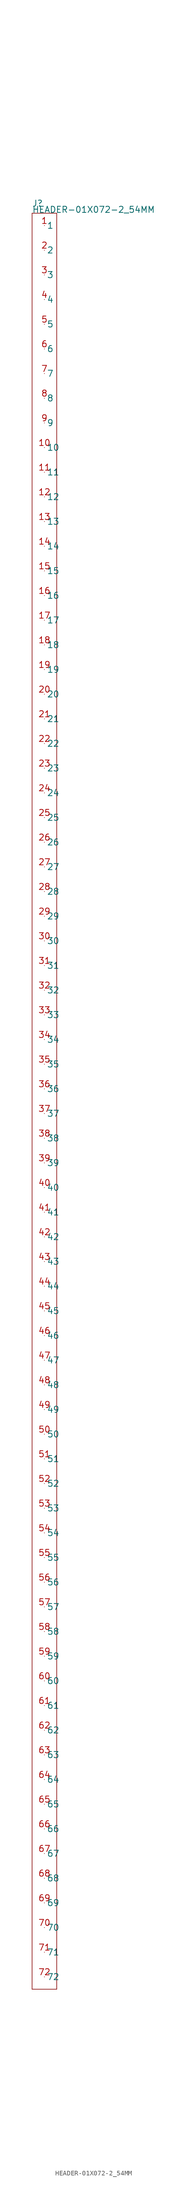
<source format=kicad_sym>
(kicad_symbol_lib
  (version 20211014)
  (generator kicad_symbol_editor)
  (symbol "HEADER-01X072-2_54MM"
    (pin_names)
    (property "Reference" "J"
      (at -2.54 184.15 0)
      (effects (font (size 1.27 1.27)) (justify left bottom)))
    (property "Value" "HEADER-01X072-2_54MM"
      (at -2.54 182.88 0)
      (effects (font (size 1.27 1.27)) (justify left bottom)))
    (property "Datasheet" ""
      (at 0 0 0))
    (property "ki_description" "Header 1x72  - Header Vertical 72POS 2.54MM Technical Specifications: Pitch: 0.1\" (2.54mm) "
      (at 0 0 0))
    (property "ki_fp_filters" "FlashPCB_Connectors:HEADER-THT-01X072-2_54MM FlashPCB_Connectors:HEADER-THT-LONG-01X072-2_54MM FlashPCB_Connectors:HEADER-THT-NOSILK-01X072-2_54MM FlashPCB_Connectors:HEADER-THT-LONG-NOSILK-01X072-2_54MM"
      (at 0 0 0))
    (symbol "HEADER-01X072-2_54MM_1_1"
      (polyline (pts (xy -2.54 182.88) (xy 2.54 182.88)) (stroke (width 0.127)) (fill (type none)))
      (polyline (pts (xy 2.54 182.88) (xy 2.54 -182.88)) (stroke (width 0.127)) (fill (type none)))
      (polyline (pts (xy 2.54 -182.88) (xy -2.54 -182.88)) (stroke (width 0.127)) (fill (type none)))
      (polyline (pts (xy -2.54 -182.88) (xy -2.54 182.88)) (stroke (width 0.127)) (fill (type none)))
      (pin bidirectional line (at 0 180.34 0) (length 0) (name "1" (effects (font (size 1.27 1.27)))) (number "1" (effects (font (size 1.27 1.27)))))
      (pin bidirectional line (at 0 175.26 0) (length 0) (name "2" (effects (font (size 1.27 1.27)))) (number "2" (effects (font (size 1.27 1.27)))))
      (pin bidirectional line (at 0 170.18 0) (length 0) (name "3" (effects (font (size 1.27 1.27)))) (number "3" (effects (font (size 1.27 1.27)))))
      (pin bidirectional line (at 0 165.1 0) (length 0) (name "4" (effects (font (size 1.27 1.27)))) (number "4" (effects (font (size 1.27 1.27)))))
      (pin bidirectional line (at 0 160.02 0) (length 0) (name "5" (effects (font (size 1.27 1.27)))) (number "5" (effects (font (size 1.27 1.27)))))
      (pin bidirectional line (at 0 154.94 0) (length 0) (name "6" (effects (font (size 1.27 1.27)))) (number "6" (effects (font (size 1.27 1.27)))))
      (pin bidirectional line (at 0 149.86 0) (length 0) (name "7" (effects (font (size 1.27 1.27)))) (number "7" (effects (font (size 1.27 1.27)))))
      (pin bidirectional line (at 0 144.78 0) (length 0) (name "8" (effects (font (size 1.27 1.27)))) (number "8" (effects (font (size 1.27 1.27)))))
      (pin bidirectional line (at 0 139.7 0) (length 0) (name "9" (effects (font (size 1.27 1.27)))) (number "9" (effects (font (size 1.27 1.27)))))
      (pin bidirectional line (at 0 134.62 0) (length 0) (name "10" (effects (font (size 1.27 1.27)))) (number "10" (effects (font (size 1.27 1.27)))))
      (pin bidirectional line (at 0 129.54 0) (length 0) (name "11" (effects (font (size 1.27 1.27)))) (number "11" (effects (font (size 1.27 1.27)))))
      (pin bidirectional line (at 0 124.46 0) (length 0) (name "12" (effects (font (size 1.27 1.27)))) (number "12" (effects (font (size 1.27 1.27)))))
      (pin bidirectional line (at 0 119.38 0) (length 0) (name "13" (effects (font (size 1.27 1.27)))) (number "13" (effects (font (size 1.27 1.27)))))
      (pin bidirectional line (at 0 114.3 0) (length 0) (name "14" (effects (font (size 1.27 1.27)))) (number "14" (effects (font (size 1.27 1.27)))))
      (pin bidirectional line (at 0 109.22 0) (length 0) (name "15" (effects (font (size 1.27 1.27)))) (number "15" (effects (font (size 1.27 1.27)))))
      (pin bidirectional line (at 0 104.14 0) (length 0) (name "16" (effects (font (size 1.27 1.27)))) (number "16" (effects (font (size 1.27 1.27)))))
      (pin bidirectional line (at 0 99.06 0) (length 0) (name "17" (effects (font (size 1.27 1.27)))) (number "17" (effects (font (size 1.27 1.27)))))
      (pin bidirectional line (at 0 93.98 0) (length 0) (name "18" (effects (font (size 1.27 1.27)))) (number "18" (effects (font (size 1.27 1.27)))))
      (pin bidirectional line (at 0 88.9 0) (length 0) (name "19" (effects (font (size 1.27 1.27)))) (number "19" (effects (font (size 1.27 1.27)))))
      (pin bidirectional line (at 0 83.82 0) (length 0) (name "20" (effects (font (size 1.27 1.27)))) (number "20" (effects (font (size 1.27 1.27)))))
      (pin bidirectional line (at 0 78.74 0) (length 0) (name "21" (effects (font (size 1.27 1.27)))) (number "21" (effects (font (size 1.27 1.27)))))
      (pin bidirectional line (at 0 73.66 0) (length 0) (name "22" (effects (font (size 1.27 1.27)))) (number "22" (effects (font (size 1.27 1.27)))))
      (pin bidirectional line (at 0 68.58 0) (length 0) (name "23" (effects (font (size 1.27 1.27)))) (number "23" (effects (font (size 1.27 1.27)))))
      (pin bidirectional line (at 0 63.5 0) (length 0) (name "24" (effects (font (size 1.27 1.27)))) (number "24" (effects (font (size 1.27 1.27)))))
      (pin bidirectional line (at 0 58.42 0) (length 0) (name "25" (effects (font (size 1.27 1.27)))) (number "25" (effects (font (size 1.27 1.27)))))
      (pin bidirectional line (at 0 53.34 0) (length 0) (name "26" (effects (font (size 1.27 1.27)))) (number "26" (effects (font (size 1.27 1.27)))))
      (pin bidirectional line (at 0 48.26 0) (length 0) (name "27" (effects (font (size 1.27 1.27)))) (number "27" (effects (font (size 1.27 1.27)))))
      (pin bidirectional line (at 0 43.18 0) (length 0) (name "28" (effects (font (size 1.27 1.27)))) (number "28" (effects (font (size 1.27 1.27)))))
      (pin bidirectional line (at 0 38.1 0) (length 0) (name "29" (effects (font (size 1.27 1.27)))) (number "29" (effects (font (size 1.27 1.27)))))
      (pin bidirectional line (at 0 33.02 0) (length 0) (name "30" (effects (font (size 1.27 1.27)))) (number "30" (effects (font (size 1.27 1.27)))))
      (pin bidirectional line (at 0 27.94 0) (length 0) (name "31" (effects (font (size 1.27 1.27)))) (number "31" (effects (font (size 1.27 1.27)))))
      (pin bidirectional line (at 0 22.86 0) (length 0) (name "32" (effects (font (size 1.27 1.27)))) (number "32" (effects (font (size 1.27 1.27)))))
      (pin bidirectional line (at 0 17.78 0) (length 0) (name "33" (effects (font (size 1.27 1.27)))) (number "33" (effects (font (size 1.27 1.27)))))
      (pin bidirectional line (at 0 12.7 0) (length 0) (name "34" (effects (font (size 1.27 1.27)))) (number "34" (effects (font (size 1.27 1.27)))))
      (pin bidirectional line (at 0 7.62 0) (length 0) (name "35" (effects (font (size 1.27 1.27)))) (number "35" (effects (font (size 1.27 1.27)))))
      (pin bidirectional line (at 0 2.54 0) (length 0) (name "36" (effects (font (size 1.27 1.27)))) (number "36" (effects (font (size 1.27 1.27)))))
      (pin bidirectional line (at 0 -2.54 0) (length 0) (name "37" (effects (font (size 1.27 1.27)))) (number "37" (effects (font (size 1.27 1.27)))))
      (pin bidirectional line (at 0 -7.62 0) (length 0) (name "38" (effects (font (size 1.27 1.27)))) (number "38" (effects (font (size 1.27 1.27)))))
      (pin bidirectional line (at 0 -12.7 0) (length 0) (name "39" (effects (font (size 1.27 1.27)))) (number "39" (effects (font (size 1.27 1.27)))))
      (pin bidirectional line (at 0 -17.78 0) (length 0) (name "40" (effects (font (size 1.27 1.27)))) (number "40" (effects (font (size 1.27 1.27)))))
      (pin bidirectional line (at 0 -22.86 0) (length 0) (name "41" (effects (font (size 1.27 1.27)))) (number "41" (effects (font (size 1.27 1.27)))))
      (pin bidirectional line (at 0 -27.94 0) (length 0) (name "42" (effects (font (size 1.27 1.27)))) (number "42" (effects (font (size 1.27 1.27)))))
      (pin bidirectional line (at 0 -33.02 0) (length 0) (name "43" (effects (font (size 1.27 1.27)))) (number "43" (effects (font (size 1.27 1.27)))))
      (pin bidirectional line (at 0 -38.1 0) (length 0) (name "44" (effects (font (size 1.27 1.27)))) (number "44" (effects (font (size 1.27 1.27)))))
      (pin bidirectional line (at 0 -43.18 0) (length 0) (name "45" (effects (font (size 1.27 1.27)))) (number "45" (effects (font (size 1.27 1.27)))))
      (pin bidirectional line (at 0 -48.26 0) (length 0) (name "46" (effects (font (size 1.27 1.27)))) (number "46" (effects (font (size 1.27 1.27)))))
      (pin bidirectional line (at 0 -53.34 0) (length 0) (name "47" (effects (font (size 1.27 1.27)))) (number "47" (effects (font (size 1.27 1.27)))))
      (pin bidirectional line (at 0 -58.42 0) (length 0) (name "48" (effects (font (size 1.27 1.27)))) (number "48" (effects (font (size 1.27 1.27)))))
      (pin bidirectional line (at 0 -63.5 0) (length 0) (name "49" (effects (font (size 1.27 1.27)))) (number "49" (effects (font (size 1.27 1.27)))))
      (pin bidirectional line (at 0 -68.58 0) (length 0) (name "50" (effects (font (size 1.27 1.27)))) (number "50" (effects (font (size 1.27 1.27)))))
      (pin bidirectional line (at 0 -73.66 0) (length 0) (name "51" (effects (font (size 1.27 1.27)))) (number "51" (effects (font (size 1.27 1.27)))))
      (pin bidirectional line (at 0 -78.74 0) (length 0) (name "52" (effects (font (size 1.27 1.27)))) (number "52" (effects (font (size 1.27 1.27)))))
      (pin bidirectional line (at 0 -83.82 0) (length 0) (name "53" (effects (font (size 1.27 1.27)))) (number "53" (effects (font (size 1.27 1.27)))))
      (pin bidirectional line (at 0 -88.9 0) (length 0) (name "54" (effects (font (size 1.27 1.27)))) (number "54" (effects (font (size 1.27 1.27)))))
      (pin bidirectional line (at 0 -93.98 0) (length 0) (name "55" (effects (font (size 1.27 1.27)))) (number "55" (effects (font (size 1.27 1.27)))))
      (pin bidirectional line (at 0 -99.06 0) (length 0) (name "56" (effects (font (size 1.27 1.27)))) (number "56" (effects (font (size 1.27 1.27)))))
      (pin bidirectional line (at 0 -104.14 0) (length 0) (name "57" (effects (font (size 1.27 1.27)))) (number "57" (effects (font (size 1.27 1.27)))))
      (pin bidirectional line (at 0 -109.22 0) (length 0) (name "58" (effects (font (size 1.27 1.27)))) (number "58" (effects (font (size 1.27 1.27)))))
      (pin bidirectional line (at 0 -114.3 0) (length 0) (name "59" (effects (font (size 1.27 1.27)))) (number "59" (effects (font (size 1.27 1.27)))))
      (pin bidirectional line (at 0 -119.38 0) (length 0) (name "60" (effects (font (size 1.27 1.27)))) (number "60" (effects (font (size 1.27 1.27)))))
      (pin bidirectional line (at 0 -124.46 0) (length 0) (name "61" (effects (font (size 1.27 1.27)))) (number "61" (effects (font (size 1.27 1.27)))))
      (pin bidirectional line (at 0 -129.54 0) (length 0) (name "62" (effects (font (size 1.27 1.27)))) (number "62" (effects (font (size 1.27 1.27)))))
      (pin bidirectional line (at 0 -134.62 0) (length 0) (name "63" (effects (font (size 1.27 1.27)))) (number "63" (effects (font (size 1.27 1.27)))))
      (pin bidirectional line (at 0 -139.7 0) (length 0) (name "64" (effects (font (size 1.27 1.27)))) (number "64" (effects (font (size 1.27 1.27)))))
      (pin bidirectional line (at 0 -144.78 0) (length 0) (name "65" (effects (font (size 1.27 1.27)))) (number "65" (effects (font (size 1.27 1.27)))))
      (pin bidirectional line (at 0 -149.86 0) (length 0) (name "66" (effects (font (size 1.27 1.27)))) (number "66" (effects (font (size 1.27 1.27)))))
      (pin bidirectional line (at 0 -154.94 0) (length 0) (name "67" (effects (font (size 1.27 1.27)))) (number "67" (effects (font (size 1.27 1.27)))))
      (pin bidirectional line (at 0 -160.02 0) (length 0) (name "68" (effects (font (size 1.27 1.27)))) (number "68" (effects (font (size 1.27 1.27)))))
      (pin bidirectional line (at 0 -165.1 0) (length 0) (name "69" (effects (font (size 1.27 1.27)))) (number "69" (effects (font (size 1.27 1.27)))))
      (pin bidirectional line (at 0 -170.18 0) (length 0) (name "70" (effects (font (size 1.27 1.27)))) (number "70" (effects (font (size 1.27 1.27)))))
      (pin bidirectional line (at 0 -175.26 0) (length 0) (name "71" (effects (font (size 1.27 1.27)))) (number "71" (effects (font (size 1.27 1.27)))))
      (pin bidirectional line (at 0 -180.34 0) (length 0) (name "72" (effects (font (size 1.27 1.27)))) (number "72" (effects (font (size 1.27 1.27))))))))
</source>
